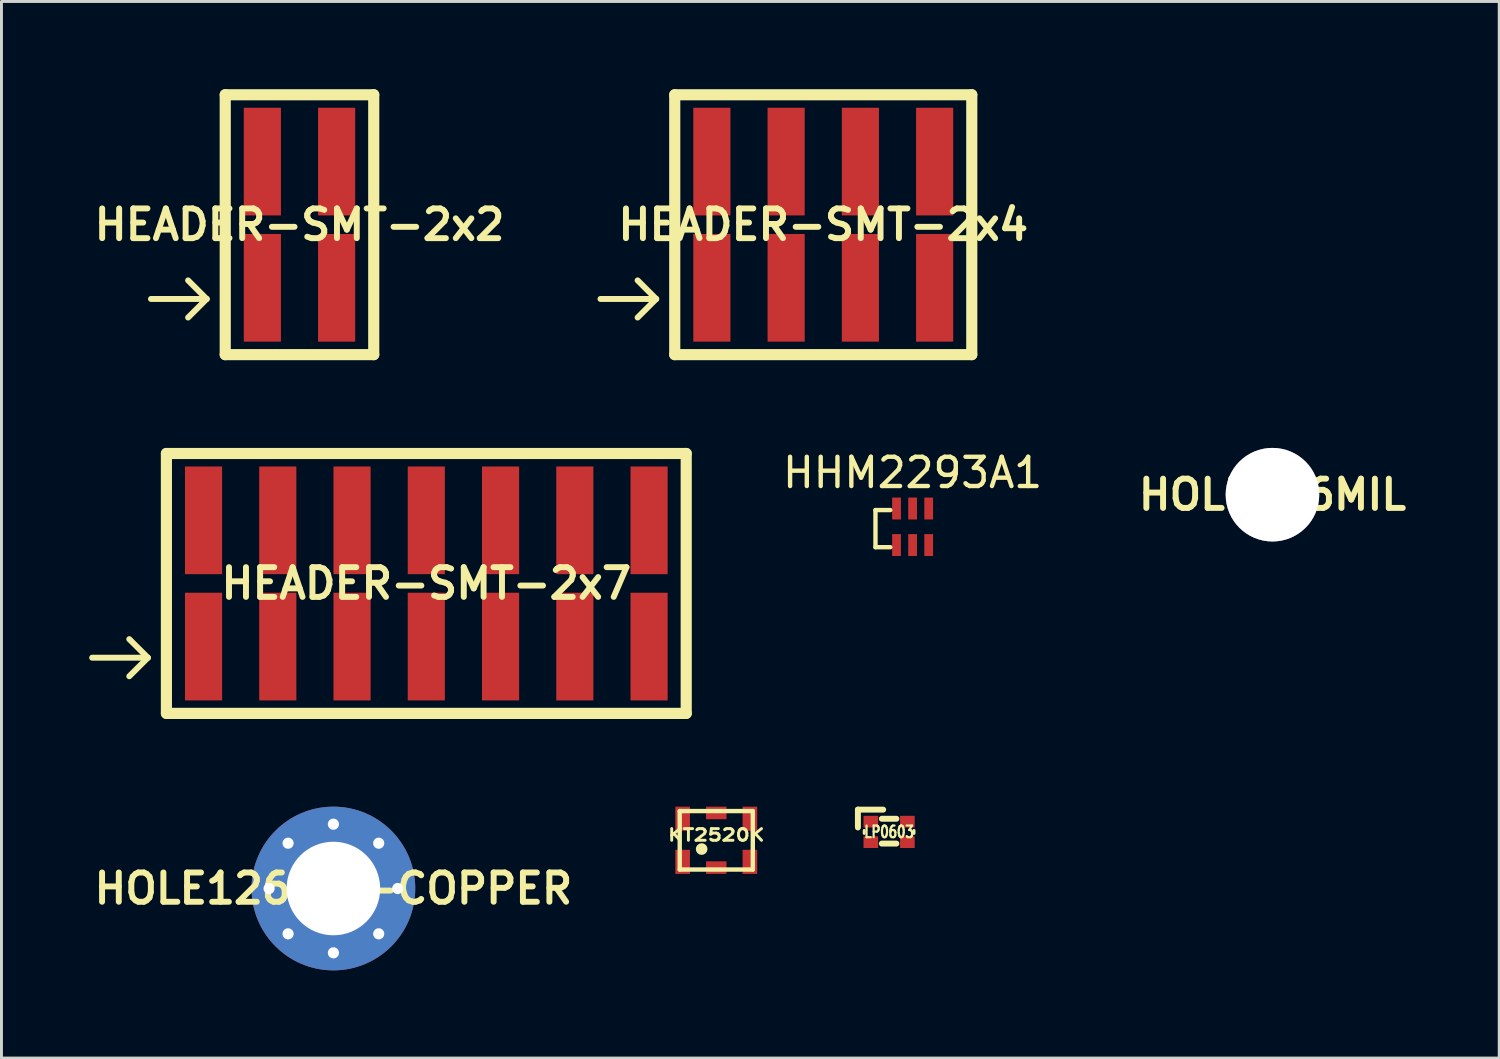
<source format=kicad_pcb>
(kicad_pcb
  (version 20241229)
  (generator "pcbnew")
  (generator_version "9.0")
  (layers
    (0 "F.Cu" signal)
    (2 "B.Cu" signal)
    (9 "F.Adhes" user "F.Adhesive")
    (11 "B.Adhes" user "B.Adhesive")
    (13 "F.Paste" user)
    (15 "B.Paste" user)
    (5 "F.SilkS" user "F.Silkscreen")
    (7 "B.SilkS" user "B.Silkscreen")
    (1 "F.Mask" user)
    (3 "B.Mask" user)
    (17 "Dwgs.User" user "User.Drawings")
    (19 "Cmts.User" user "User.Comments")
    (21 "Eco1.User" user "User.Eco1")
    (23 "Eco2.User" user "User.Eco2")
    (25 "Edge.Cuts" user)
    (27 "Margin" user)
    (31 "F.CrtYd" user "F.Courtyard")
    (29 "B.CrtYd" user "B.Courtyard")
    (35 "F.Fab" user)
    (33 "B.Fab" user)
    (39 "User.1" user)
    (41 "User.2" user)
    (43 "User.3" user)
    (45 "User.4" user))
  (footprint "HEADER-SMT-2x2"
    (layer "F.Cu")
    (at 7.194 4.636)
    (property "Reference" "HEADER-SMT-2x2" (at 0 0 0) (layer "F.SilkS") (effects (font (size 1.016 1.016) (thickness 0.203))))
    (attr smd)
    (fp_line (start -3.175 2.54) (end -5.08 2.54) (stroke (width 0.203) (type solid)) (layer "F.SilkS"))
    (fp_line (start -3.175 2.54) (end -3.81 1.905) (stroke (width 0.203) (type solid)) (layer "F.SilkS"))
    (fp_line (start -3.175 2.54) (end -3.81 3.175) (stroke (width 0.203) (type solid)) (layer "F.SilkS"))
    (fp_line (start -2.54 -4.445) (end -2.54 4.445) (stroke (width 0.381) (type solid)) (layer "F.SilkS"))
    (fp_line (start -2.54 -4.445) (end 2.54 -4.445) (stroke (width 0.381) (type solid)) (layer "F.SilkS"))
    (fp_line (start 2.54 -4.445) (end 2.54 4.445) (stroke (width 0.381) (type solid)) (layer "F.SilkS"))
    (fp_line (start 2.54 4.445) (end -2.54 4.445) (stroke (width 0.381) (type solid)) (layer "F.SilkS"))
    (pad "1" smd rect (at -1.27 2.159) (size 1.27 3.683) (layers "F.Cu" "F.Mask" "F.Paste"))
    (pad "2" smd rect (at -1.27 -2.159) (size 1.27 3.683) (layers "F.Cu" "F.Mask" "F.Paste"))
    (pad "3" smd rect (at 1.27 2.159) (size 1.27 3.683) (layers "F.Cu" "F.Mask" "F.Paste"))
    (pad "4" smd rect (at 1.27 -2.159) (size 1.27 3.683) (layers "F.Cu" "F.Mask" "F.Paste")))
  (footprint "HOLE126MIL-COPPER"
    (layer "F.Cu")
    (at 8.354 27.342)
    (property "Reference" "HOLE126MIL-COPPER" (at 0 0 0) (layer "F.SilkS") (effects (font (size 1.001 1.001) (thickness 0.203))))
    (attr exclude_from_pos_files exclude_from_bom)
    (pad "1" thru_hole circle (at -2.2 0) (size 0.6 0.6) (drill 0.381) (layers "*.Cu" "*.Mask"))
    (pad "1" thru_hole circle (at -1.55 -1.55) (size 0.6 0.6) (drill 0.381) (layers "*.Cu" "*.Mask"))
    (pad "1" thru_hole circle (at -1.55 1.55) (size 0.6 0.6) (drill 0.381) (layers "*.Cu" "*.Mask"))
    (pad "1" thru_hole circle (at 0 -2.2) (size 0.6 0.6) (drill 0.381) (layers "*.Cu" "*.Mask"))
    (pad "1" thru_hole circle (at 0 0) (size 5.6 5.6) (drill 3.2) (layers "*.Cu" "*.Mask"))
    (pad "1" thru_hole circle (at 0 2.2) (size 0.6 0.6) (drill 0.381) (layers "*.Cu" "*.Mask"))
    (pad "1" thru_hole circle (at 1.55 -1.55) (size 0.6 0.6) (drill 0.381) (layers "*.Cu" "*.Mask"))
    (pad "1" thru_hole circle (at 1.55 1.55) (size 0.6 0.6) (drill 0.381) (layers "*.Cu" "*.Mask"))
    (pad "1" thru_hole circle (at 2.2 0) (size 0.6 0.6) (drill 0.381) (layers "*.Cu" "*.Mask")))
  (footprint "HHM2293A1"
    (layer "F.Cu")
    (at 28.166 12.619)
    (property "Reference" "HHM2293A1" (at 0 0.5 0) (layer "F.SilkS") (effects (font (size 1 1) (thickness 0.15))))
    (attr smd)
    (fp_line (start -1.27 1.778) (end -1.27 3.048) (stroke (width 0.15) (type solid)) (layer "F.SilkS"))
    (fp_line (start -1.27 3.048) (end -0.762 3.048) (stroke (width 0.15) (type solid)) (layer "F.SilkS"))
    (fp_line (start -0.762 1.778) (end -1.27 1.778) (stroke (width 0.15) (type solid)) (layer "F.SilkS"))
    (pad "1" smd rect (at -0.55 2.975) (size 0.3 0.75) (layers "F.Cu" "F.Mask" "F.Paste"))
    (pad "2" smd rect (at 0 2.975 180) (size 0.3 0.75) (layers "F.Cu" "F.Mask" "F.Paste"))
    (pad "3" smd rect (at 0.55 2.975 180) (size 0.3 0.75) (layers "F.Cu" "F.Mask" "F.Paste"))
    (pad "4" smd rect (at 0.55 1.725 180) (size 0.3 0.75) (layers "F.Cu" "F.Mask" "F.Paste"))
    (pad "5" smd rect (at 0 1.725 180) (size 0.3 0.75) (layers "F.Cu" "F.Mask" "F.Paste"))
    (pad "6" smd rect (at -0.55 1.725 180) (size 0.3 0.75) (layers "F.Cu" "F.Mask" "F.Paste")))
  (footprint "KT2520K"
    (layer "F.Cu")
    (at 21.45 25.692)
    (property "Reference" "KT2520K" (at 0 -0.18 0) (layer "F.SilkS") (effects (font (size 0.4 0.5) (thickness 0.1))))
    (attr smd)
    (fp_line (start -1.25 -1) (end 1.25 -1) (stroke (width 0.15) (type solid)) (layer "F.SilkS"))
    (fp_line (start -1.25 1) (end -1.25 -1) (stroke (width 0.15) (type solid)) (layer "F.SilkS"))
    (fp_line (start 1.25 -1) (end 1.25 1) (stroke (width 0.15) (type solid)) (layer "F.SilkS"))
    (fp_line (start 1.25 1) (end -1.25 1) (stroke (width 0.15) (type solid)) (layer "F.SilkS"))
    (fp_circle (center -0.5 0.3) (end -0.4 0.3) (stroke (width 0.2) (type solid)) (fill no) (layer "F.SilkS"))
    (pad "1" smd rect (at -1.15 0.738) (size 0.5 0.825) (layers "F.Cu" "F.Mask" "F.Paste"))
    (pad "2" smd rect (at 0 0.935) (size 0.7 0.43) (layers "F.Cu" "F.Mask" "F.Paste"))
    (pad "3" smd rect (at 1.15 0.738) (size 0.5 0.825) (layers "F.Cu" "F.Mask" "F.Paste"))
    (pad "4" smd rect (at 1.15 -0.738) (size 0.5 0.825) (layers "F.Cu" "F.Mask" "F.Paste"))
    (pad "5" smd rect (at 0 -0.935) (size 0.7 0.43) (layers "F.Cu" "F.Mask" "F.Paste"))
    (pad "6" smd rect (at -1.15 -0.738) (size 0.5 0.825) (layers "F.Cu" "F.Mask" "F.Paste")))
  (footprint "HEADER-SMT-2x7"
    (layer "F.Cu")
    (at 11.532 16.907)
    (property "Reference" "HEADER-SMT-2x7" (at 0 0 0) (layer "F.SilkS") (effects (font (size 1.016 1.016) (thickness 0.203))))
    (attr smd)
    (fp_line (start -9.525 2.54) (end -11.43 2.54) (stroke (width 0.203) (type solid)) (layer "F.SilkS"))
    (fp_line (start -9.525 2.54) (end -10.16 1.905) (stroke (width 0.203) (type solid)) (layer "F.SilkS"))
    (fp_line (start -9.525 2.54) (end -10.16 3.175) (stroke (width 0.203) (type solid)) (layer "F.SilkS"))
    (fp_line (start -8.89 -4.445) (end -8.89 4.445) (stroke (width 0.381) (type solid)) (layer "F.SilkS"))
    (fp_line (start -8.89 -4.445) (end 8.89 -4.445) (stroke (width 0.381) (type solid)) (layer "F.SilkS"))
    (fp_line (start -8.89 4.445) (end 8.89 4.445) (stroke (width 0.381) (type solid)) (layer "F.SilkS"))
    (fp_line (start 8.89 -4.445) (end 8.89 4.445) (stroke (width 0.381) (type solid)) (layer "F.SilkS"))
    (pad "1" smd rect (at -7.62 2.159) (size 1.27 3.683) (layers "F.Cu" "F.Mask" "F.Paste"))
    (pad "2" smd rect (at -7.62 -2.159) (size 1.27 3.683) (layers "F.Cu" "F.Mask" "F.Paste"))
    (pad "3" smd rect (at -5.08 2.159) (size 1.27 3.683) (layers "F.Cu" "F.Mask" "F.Paste"))
    (pad "4" smd rect (at -5.08 -2.159) (size 1.27 3.683) (layers "F.Cu" "F.Mask" "F.Paste"))
    (pad "5" smd rect (at -2.54 2.159) (size 1.27 3.683) (layers "F.Cu" "F.Mask" "F.Paste"))
    (pad "6" smd rect (at -2.54 -2.159) (size 1.27 3.683) (layers "F.Cu" "F.Mask" "F.Paste"))
    (pad "7" smd rect (at 0 2.159) (size 1.27 3.683) (layers "F.Cu" "F.Mask" "F.Paste"))
    (pad "8" smd rect (at 0 -2.159) (size 1.27 3.683) (layers "F.Cu" "F.Mask" "F.Paste"))
    (pad "9" smd rect (at 2.54 2.159) (size 1.27 3.683) (layers "F.Cu" "F.Mask" "F.Paste"))
    (pad "10" smd rect (at 2.54 -2.159) (size 1.27 3.683) (layers "F.Cu" "F.Mask" "F.Paste"))
    (pad "11" smd rect (at 5.08 2.159) (size 1.27 3.683) (layers "F.Cu" "F.Mask" "F.Paste"))
    (pad "12" smd rect (at 5.08 -2.159) (size 1.27 3.683) (layers "F.Cu" "F.Mask" "F.Paste"))
    (pad "13" smd rect (at 7.62 2.159) (size 1.27 3.683) (layers "F.Cu" "F.Mask" "F.Paste"))
    (pad "14" smd rect (at 7.62 -2.159) (size 1.27 3.683) (layers "F.Cu" "F.Mask" "F.Paste")))
  (footprint "HEADER-SMT-2x4"
    (layer "F.Cu")
    (at 25.11 4.636)
    (property "Reference" "HEADER-SMT-2x4" (at 0 0 0) (layer "F.SilkS") (effects (font (size 1.016 1.016) (thickness 0.203))))
    (attr smd)
    (fp_line (start -5.715 2.54) (end -7.62 2.54) (stroke (width 0.203) (type solid)) (layer "F.SilkS"))
    (fp_line (start -5.715 2.54) (end -6.35 1.905) (stroke (width 0.203) (type solid)) (layer "F.SilkS"))
    (fp_line (start -5.715 2.54) (end -6.35 3.175) (stroke (width 0.203) (type solid)) (layer "F.SilkS"))
    (fp_line (start -5.08 -4.445) (end -5.08 4.445) (stroke (width 0.381) (type solid)) (layer "F.SilkS"))
    (fp_line (start -5.08 4.445) (end 5.08 4.445) (stroke (width 0.381) (type solid)) (layer "F.SilkS"))
    (fp_line (start 5.08 -4.445) (end -5.08 -4.445) (stroke (width 0.381) (type solid)) (layer "F.SilkS"))
    (fp_line (start 5.08 4.445) (end 5.08 -4.445) (stroke (width 0.381) (type solid)) (layer "F.SilkS"))
    (pad "1" smd rect (at -3.81 2.159) (size 1.27 3.683) (layers "F.Cu" "F.Mask" "F.Paste"))
    (pad "2" smd rect (at -3.81 -2.159) (size 1.27 3.683) (layers "F.Cu" "F.Mask" "F.Paste"))
    (pad "3" smd rect (at -1.27 2.159) (size 1.27 3.683) (layers "F.Cu" "F.Mask" "F.Paste"))
    (pad "4" smd rect (at -1.27 -2.159) (size 1.27 3.683) (layers "F.Cu" "F.Mask" "F.Paste"))
    (pad "5" smd rect (at 1.27 2.159) (size 1.27 3.683) (layers "F.Cu" "F.Mask" "F.Paste"))
    (pad "6" smd rect (at 1.27 -2.159) (size 1.27 3.683) (layers "F.Cu" "F.Mask" "F.Paste"))
    (pad "7" smd rect (at 3.81 2.159) (size 1.27 3.683) (layers "F.Cu" "F.Mask" "F.Paste"))
    (pad "8" smd rect (at 3.81 -2.159) (size 1.27 3.683) (layers "F.Cu" "F.Mask" "F.Paste")))
  (footprint "HOLE126MIL"
    (layer "F.Cu")
    (at 40.475 13.871)
    (property "Reference" "HOLE126MIL" (at 0 0 0) (layer "F.SilkS") (effects (font (size 1.001 1.001) (thickness 0.203))))
    (attr exclude_from_pos_files exclude_from_bom)
    (pad "" thru_hole circle (at 0 0) (size 3.2 3.2) (drill 3.2) (layers "*.Cu" "*.Mask")))
  (footprint "LP0603"
    (layer "F.Cu")
    (at 27.362 25.406)
    (property "Reference" "LP0603" (at 0 0 0) (layer "F.SilkS") (effects (font (size 0.399 0.3) (thickness 0.075))))
    (attr smd)
    (fp_line (start -1.067 -0.762) (end -1.067 -0.152) (stroke (width 0.203) (type solid)) (layer "F.SilkS"))
    (fp_line (start -0.851 -0.051) (end -0.851 0.051) (stroke (width 0.102) (type solid)) (layer "F.SilkS"))
    (fp_line (start -0.249 -0.45) (end 0.249 -0.45) (stroke (width 0.203) (type solid)) (layer "F.SilkS"))
    (fp_line (start -0.203 -0.762) (end -1.067 -0.762) (stroke (width 0.203) (type solid)) (layer "F.SilkS"))
    (fp_line (start 0.249 0.399) (end -0.249 0.399) (stroke (width 0.203) (type solid)) (layer "F.SilkS"))
    (fp_line (start 0.851 -0.051) (end 0.851 0.051) (stroke (width 0.102) (type solid)) (layer "F.SilkS"))
    (pad "1" smd rect (at -0.625 -0.351) (size 0.5 0.399) (layers "F.Cu" "F.Mask" "F.Paste"))
    (pad "2" smd rect (at -0.625 0.351) (size 0.5 0.399) (layers "F.Cu" "F.Mask" "F.Paste"))
    (pad "3" smd rect (at 0.625 0.351) (size 0.5 0.399) (layers "F.Cu" "F.Mask" "F.Paste"))
    (pad "4" smd rect (at 0.625 -0.351) (size 0.5 0.399) (layers "F.Cu" "F.Mask" "F.Paste")))
  (gr_rect
    (start -3 -3)
    (end 48.231 33.142)
    (stroke (width 0.1) (type default))
    (fill no)
    (layer "Edge.Cuts")))
</source>
